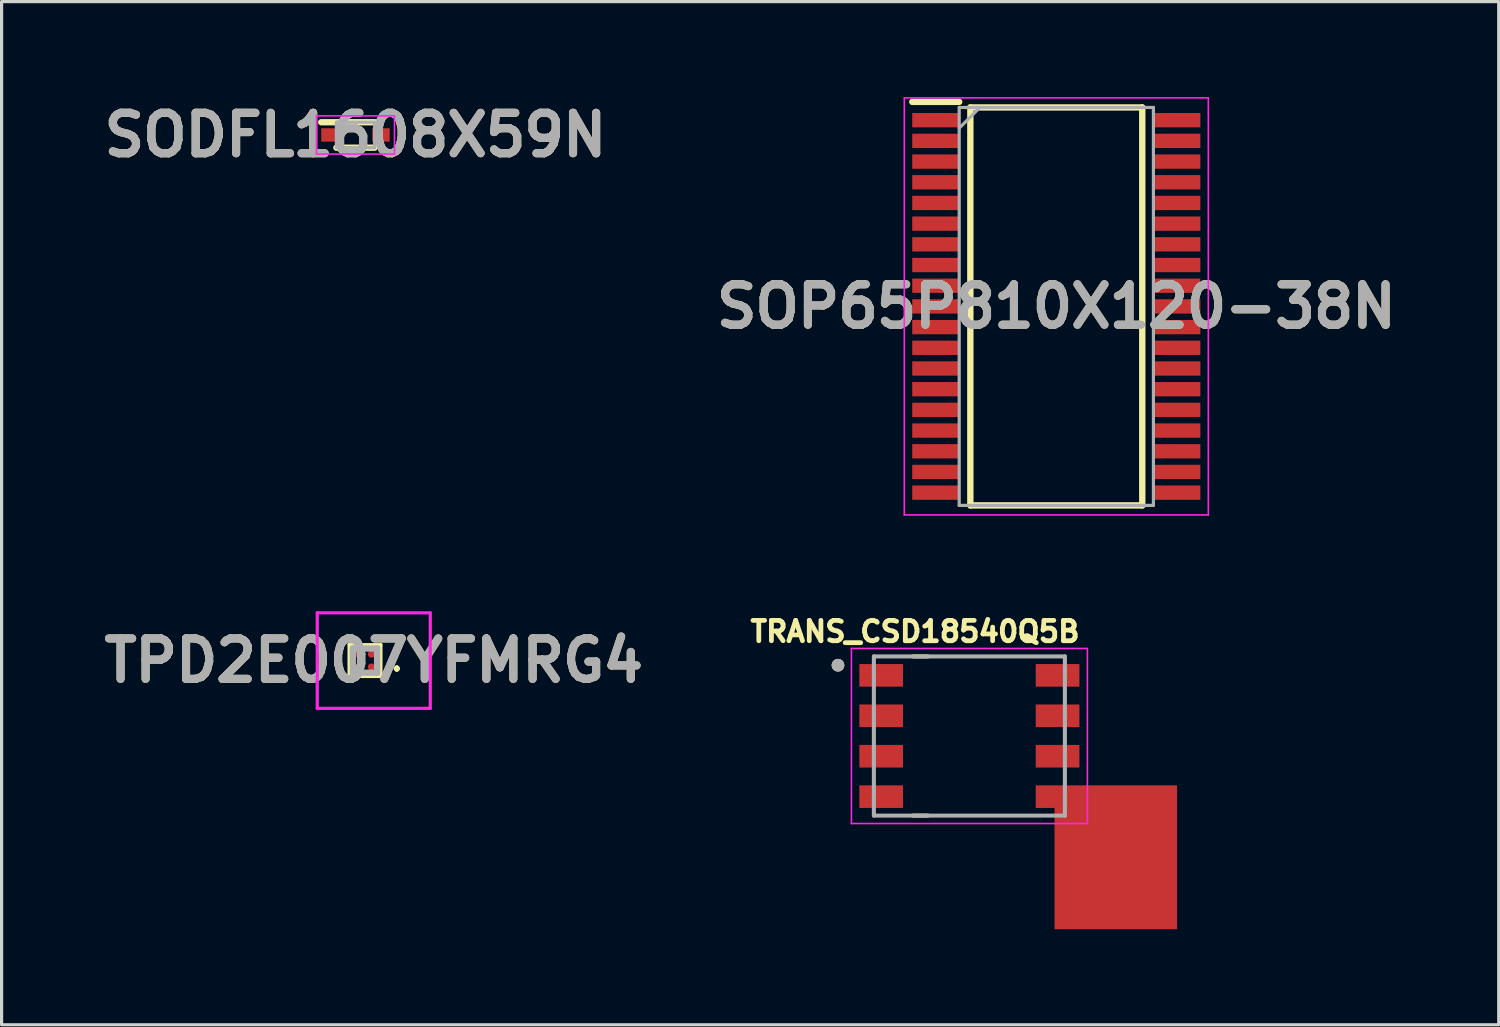
<source format=kicad_pcb>
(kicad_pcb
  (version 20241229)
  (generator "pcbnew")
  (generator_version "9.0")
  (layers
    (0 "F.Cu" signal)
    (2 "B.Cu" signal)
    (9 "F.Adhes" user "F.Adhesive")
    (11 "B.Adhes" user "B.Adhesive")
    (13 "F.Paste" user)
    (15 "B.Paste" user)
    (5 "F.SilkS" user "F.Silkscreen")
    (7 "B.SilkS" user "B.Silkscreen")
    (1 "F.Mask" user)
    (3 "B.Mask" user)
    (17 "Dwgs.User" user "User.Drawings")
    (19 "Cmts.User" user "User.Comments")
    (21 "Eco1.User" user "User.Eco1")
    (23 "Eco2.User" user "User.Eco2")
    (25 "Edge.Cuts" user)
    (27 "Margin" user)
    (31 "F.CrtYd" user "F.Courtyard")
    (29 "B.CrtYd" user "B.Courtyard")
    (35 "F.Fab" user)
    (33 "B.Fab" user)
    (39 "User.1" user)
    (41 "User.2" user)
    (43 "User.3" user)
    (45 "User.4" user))
  (footprint "SOP65P810X120-38N"
    (layer "F.Cu")
    (at 30.13 6.575)
    (property "Reference" "SOP65P810X120-38N" (at 0 0 0) (layer "F.SilkS") (effects (font (size 1.27 1.27) (thickness 0.254))))
    (attr smd)
    (fp_line (start -4.525 -6.425) (end -3.05 -6.425) (stroke (width 0.2) (type solid)) (layer "F.SilkS"))
    (fp_line (start -2.7 -6.25) (end 2.7 -6.25) (stroke (width 0.2) (type solid)) (layer "F.SilkS"))
    (fp_line (start -2.7 6.25) (end -2.7 -6.25) (stroke (width 0.2) (type solid)) (layer "F.SilkS"))
    (fp_line (start 2.7 -6.25) (end 2.7 6.25) (stroke (width 0.2) (type solid)) (layer "F.SilkS"))
    (fp_line (start 2.7 6.25) (end -2.7 6.25) (stroke (width 0.2) (type solid)) (layer "F.SilkS"))
    (fp_line (start -4.775 -6.55) (end 4.775 -6.55) (stroke (width 0.05) (type solid)) (layer "F.CrtYd"))
    (fp_line (start -4.775 6.55) (end -4.775 -6.55) (stroke (width 0.05) (type solid)) (layer "F.CrtYd"))
    (fp_line (start 4.775 -6.55) (end 4.775 6.55) (stroke (width 0.05) (type solid)) (layer "F.CrtYd"))
    (fp_line (start 4.775 6.55) (end -4.775 6.55) (stroke (width 0.05) (type solid)) (layer "F.CrtYd"))
    (fp_line (start -3.05 -6.25) (end 3.05 -6.25) (stroke (width 0.1) (type solid)) (layer "F.Fab"))
    (fp_line (start -3.05 -5.6) (end -2.4 -6.25) (stroke (width 0.1) (type solid)) (layer "F.Fab"))
    (fp_line (start -3.05 6.25) (end -3.05 -6.25) (stroke (width 0.1) (type solid)) (layer "F.Fab"))
    (fp_line (start 3.05 -6.25) (end 3.05 6.25) (stroke (width 0.1) (type solid)) (layer "F.Fab"))
    (fp_line (start 3.05 6.25) (end -3.05 6.25) (stroke (width 0.1) (type solid)) (layer "F.Fab"))
    (fp_text user "${REFERENCE}" (at 0 0 0) (layer "F.Fab") (effects (font (size 1.27 1.27) (thickness 0.254))))
    (pad "1" smd rect (at -3.788 -5.85 90) (size 0.45 1.475) (layers "F.Cu" "F.Mask" "F.Paste"))
    (pad "2" smd rect (at -3.788 -5.2 90) (size 0.45 1.475) (layers "F.Cu" "F.Mask" "F.Paste"))
    (pad "3" smd rect (at -3.788 -4.55 90) (size 0.45 1.475) (layers "F.Cu" "F.Mask" "F.Paste"))
    (pad "4" smd rect (at -3.788 -3.9 90) (size 0.45 1.475) (layers "F.Cu" "F.Mask" "F.Paste"))
    (pad "5" smd rect (at -3.788 -3.25 90) (size 0.45 1.475) (layers "F.Cu" "F.Mask" "F.Paste"))
    (pad "6" smd rect (at -3.788 -2.6 90) (size 0.45 1.475) (layers "F.Cu" "F.Mask" "F.Paste"))
    (pad "7" smd rect (at -3.788 -1.95 90) (size 0.45 1.475) (layers "F.Cu" "F.Mask" "F.Paste"))
    (pad "8" smd rect (at -3.788 -1.3 90) (size 0.45 1.475) (layers "F.Cu" "F.Mask" "F.Paste"))
    (pad "9" smd rect (at -3.788 -0.65 90) (size 0.45 1.475) (layers "F.Cu" "F.Mask" "F.Paste"))
    (pad "10" smd rect (at -3.788 0 90) (size 0.45 1.475) (layers "F.Cu" "F.Mask" "F.Paste"))
    (pad "11" smd rect (at -3.788 0.65 90) (size 0.45 1.475) (layers "F.Cu" "F.Mask" "F.Paste"))
    (pad "12" smd rect (at -3.788 1.3 90) (size 0.45 1.475) (layers "F.Cu" "F.Mask" "F.Paste"))
    (pad "13" smd rect (at -3.788 1.95 90) (size 0.45 1.475) (layers "F.Cu" "F.Mask" "F.Paste"))
    (pad "14" smd rect (at -3.788 2.6 90) (size 0.45 1.475) (layers "F.Cu" "F.Mask" "F.Paste"))
    (pad "15" smd rect (at -3.788 3.25 90) (size 0.45 1.475) (layers "F.Cu" "F.Mask" "F.Paste"))
    (pad "16" smd rect (at -3.788 3.9 90) (size 0.45 1.475) (layers "F.Cu" "F.Mask" "F.Paste"))
    (pad "17" smd rect (at -3.788 4.55 90) (size 0.45 1.475) (layers "F.Cu" "F.Mask" "F.Paste"))
    (pad "18" smd rect (at -3.788 5.2 90) (size 0.45 1.475) (layers "F.Cu" "F.Mask" "F.Paste"))
    (pad "19" smd rect (at -3.788 5.85 90) (size 0.45 1.475) (layers "F.Cu" "F.Mask" "F.Paste"))
    (pad "20" smd rect (at 3.788 5.85 90) (size 0.45 1.475) (layers "F.Cu" "F.Mask" "F.Paste"))
    (pad "21" smd rect (at 3.788 5.2 90) (size 0.45 1.475) (layers "F.Cu" "F.Mask" "F.Paste"))
    (pad "22" smd rect (at 3.788 4.55 90) (size 0.45 1.475) (layers "F.Cu" "F.Mask" "F.Paste"))
    (pad "23" smd rect (at 3.788 3.9 90) (size 0.45 1.475) (layers "F.Cu" "F.Mask" "F.Paste"))
    (pad "24" smd rect (at 3.788 3.25 90) (size 0.45 1.475) (layers "F.Cu" "F.Mask" "F.Paste"))
    (pad "25" smd rect (at 3.788 2.6 90) (size 0.45 1.475) (layers "F.Cu" "F.Mask" "F.Paste"))
    (pad "26" smd rect (at 3.788 1.95 90) (size 0.45 1.475) (layers "F.Cu" "F.Mask" "F.Paste"))
    (pad "27" smd rect (at 3.788 1.3 90) (size 0.45 1.475) (layers "F.Cu" "F.Mask" "F.Paste"))
    (pad "28" smd rect (at 3.788 0.65 90) (size 0.45 1.475) (layers "F.Cu" "F.Mask" "F.Paste"))
    (pad "29" smd rect (at 3.788 0 90) (size 0.45 1.475) (layers "F.Cu" "F.Mask" "F.Paste"))
    (pad "30" smd rect (at 3.788 -0.65 90) (size 0.45 1.475) (layers "F.Cu" "F.Mask" "F.Paste"))
    (pad "31" smd rect (at 3.788 -1.3 90) (size 0.45 1.475) (layers "F.Cu" "F.Mask" "F.Paste"))
    (pad "32" smd rect (at 3.788 -1.95 90) (size 0.45 1.475) (layers "F.Cu" "F.Mask" "F.Paste"))
    (pad "33" smd rect (at 3.788 -2.6 90) (size 0.45 1.475) (layers "F.Cu" "F.Mask" "F.Paste"))
    (pad "34" smd rect (at 3.788 -3.25 90) (size 0.45 1.475) (layers "F.Cu" "F.Mask" "F.Paste"))
    (pad "35" smd rect (at 3.788 -3.9 90) (size 0.45 1.475) (layers "F.Cu" "F.Mask" "F.Paste"))
    (pad "36" smd rect (at 3.788 -4.55 90) (size 0.45 1.475) (layers "F.Cu" "F.Mask" "F.Paste"))
    (pad "37" smd rect (at 3.788 -5.2 90) (size 0.45 1.475) (layers "F.Cu" "F.Mask" "F.Paste"))
    (pad "38" smd rect (at 3.788 -5.85 90) (size 0.45 1.475) (layers "F.Cu" "F.Mask" "F.Paste")))
  (footprint "SODFL1608X59N"
    (layer "F.Cu")
    (at 8.116 1.189)
    (property "Reference" "SODFL1608X59N" (at 0 0 0) (layer "F.SilkS") (effects (font (size 1.27 1.27) (thickness 0.254))))
    (attr smd)
    (fp_line (start -1.075 -0.4) (end 0.6 -0.4) (stroke (width 0.2) (type solid)) (layer "F.SilkS"))
    (fp_line (start -0.6 0.4) (end 0.6 0.4) (stroke (width 0.2) (type solid)) (layer "F.SilkS"))
    (fp_line (start -1.225 -0.6) (end 1.225 -0.6) (stroke (width 0.05) (type solid)) (layer "F.CrtYd"))
    (fp_line (start -1.225 0.6) (end -1.225 -0.6) (stroke (width 0.05) (type solid)) (layer "F.CrtYd"))
    (fp_line (start 1.225 -0.6) (end 1.225 0.6) (stroke (width 0.05) (type solid)) (layer "F.CrtYd"))
    (fp_line (start 1.225 0.6) (end -1.225 0.6) (stroke (width 0.05) (type solid)) (layer "F.CrtYd"))
    (fp_line (start -0.6 -0.4) (end 0.6 -0.4) (stroke (width 0.1) (type solid)) (layer "F.Fab"))
    (fp_line (start -0.6 -0.125) (end -0.325 -0.4) (stroke (width 0.1) (type solid)) (layer "F.Fab"))
    (fp_line (start -0.6 0.4) (end -0.6 -0.4) (stroke (width 0.1) (type solid)) (layer "F.Fab"))
    (fp_line (start 0.6 -0.4) (end 0.6 0.4) (stroke (width 0.1) (type solid)) (layer "F.Fab"))
    (fp_line (start 0.6 0.4) (end -0.6 0.4) (stroke (width 0.1) (type solid)) (layer "F.Fab"))
    (fp_text user "${REFERENCE}" (at 0 0 0) (layer "F.Fab") (effects (font (size 1.27 1.27) (thickness 0.254))))
    (pad "1" smd rect (at -0.8 0 90) (size 0.42 0.55) (layers "F.Cu" "F.Mask" "F.Paste"))
    (pad "2" smd rect (at 0.8 0 90) (size 0.42 0.55) (layers "F.Cu" "F.Mask" "F.Paste")))
  (footprint "TPD2E007YFMRG4"
    (layer "F.Cu")
    (at 8.415 17.7)
    (property "Reference" "TPD2E007YFMRG4" (at 0.275 0 0) (layer "F.SilkS") (effects (font (size 1.27 1.27) (thickness 0.254))))
    (attr smd)
    (fp_line (start -0.5 -0.5) (end 0.5 -0.5) (stroke (width 0.1) (type solid)) (layer "F.SilkS"))
    (fp_line (start -0.5 0.5) (end -0.5 -0.5) (stroke (width 0.1) (type solid)) (layer "F.SilkS"))
    (fp_line (start 0.5 -0.5) (end 0.5 0.5) (stroke (width 0.1) (type solid)) (layer "F.SilkS"))
    (fp_line (start 0.5 0.5) (end -0.5 0.5) (stroke (width 0.1) (type solid)) (layer "F.SilkS"))
    (fp_line (start 1 0.2) (end 1 0.2) (stroke (width 0.1) (type solid)) (layer "F.SilkS"))
    (fp_line (start 1 0.3) (end 1 0.3) (stroke (width 0.1) (type solid)) (layer "F.SilkS"))
    (fp_arc (start 1 0.2) (mid 1.05 0.25) (end 1 0.3) (stroke (width 0.1) (type solid)) (layer "F.SilkS"))
    (fp_arc (start 1 0.3) (mid 0.95 0.25) (end 1 0.2) (stroke (width 0.1) (type solid)) (layer "F.SilkS"))
    (fp_line (start -1.5 -1.5) (end 2.05 -1.5) (stroke (width 0.1) (type solid)) (layer "F.CrtYd"))
    (fp_line (start -1.5 1.5) (end -1.5 -1.5) (stroke (width 0.1) (type solid)) (layer "F.CrtYd"))
    (fp_line (start 2.05 -1.5) (end 2.05 1.5) (stroke (width 0.1) (type solid)) (layer "F.CrtYd"))
    (fp_line (start 2.05 1.5) (end -1.5 1.5) (stroke (width 0.1) (type solid)) (layer "F.CrtYd"))
    (fp_line (start -0.38 -0.38) (end 0.38 -0.38) (stroke (width 0.2) (type solid)) (layer "F.Fab"))
    (fp_line (start -0.38 0.38) (end -0.38 -0.38) (stroke (width 0.2) (type solid)) (layer "F.Fab"))
    (fp_line (start 0.38 -0.38) (end 0.38 0.38) (stroke (width 0.2) (type solid)) (layer "F.Fab"))
    (fp_line (start 0.38 0.38) (end -0.38 0.38) (stroke (width 0.2) (type solid)) (layer "F.Fab"))
    (fp_text user "${REFERENCE}" (at 0.275 0 0) (layer "F.Fab") (effects (font (size 1.27 1.27) (thickness 0.254))))
    (pad "A1" smd circle (at 0.2 0.2 90) (size 0.22 0.22) (layers "F.Cu" "F.Mask" "F.Paste"))
    (pad "A2" smd circle (at -0.2 0.2 90) (size 0.22 0.22) (layers "F.Cu" "F.Mask" "F.Paste"))
    (pad "B1" smd circle (at 0.2 -0.2 90) (size 0.22 0.22) (layers "F.Cu" "F.Mask" "F.Paste"))
    (pad "B2" smd circle (at -0.2 -0.2 90) (size 0.22 0.22) (layers "F.Cu" "F.Mask" "F.Paste")))
  (footprint "TRANS_CSD18540Q5B"
    (layer "F.Cu")
    (at 27.4 20.069)
    (property "Reference" "TRANS_CSD18540Q5B" (at -1.708 -3.281 0) (layer "F.SilkS") (effects (font (size 0.64 0.64) (thickness 0.15))))
    (attr through_hole)
    (fp_poly (pts (xy -1.084 2.36) (xy -1.084 -2.36) (xy 3.556 -2.36) (xy 3.556 -1.45) (xy 2.966 -1.45) (xy 2.966 -1.09) (xy 3.556 -1.09) (xy 3.556 -0.18) (xy 2.966 -0.18) (xy 2.966 0.18) (xy 3.556 0.18) (xy 3.556 1.09) (xy 2.966 1.09) (xy 2.966 1.45) (xy 3.566 1.45) (xy 3.566 2.36)) (stroke (width 0.0001) (type solid)) (fill yes) (layer "F.Mask"))
    (fp_line (start -1.764 2.5) (end -1.304 2.5) (stroke (width 0.127) (type solid)) (layer "F.SilkS"))
    (fp_line (start -1.304 -2.5) (end -1.764 -2.5) (stroke (width 0.127) (type solid)) (layer "F.SilkS"))
    (fp_circle (center -4.128 -2.223) (end -4.027 -2.223) (stroke (width 0.2) (type solid)) (fill no) (layer "F.SilkS"))
    (fp_poly (pts (xy -3.293 -2.186) (xy -2.221 -2.186) (xy -2.221 -1.624) (xy -3.293 -1.624)) (stroke (width 0.01) (type solid)) (fill yes) (layer "F.Paste"))
    (fp_poly (pts (xy -3.293 -0.916) (xy -2.221 -0.916) (xy -2.221 -0.354) (xy -3.293 -0.354)) (stroke (width 0.01) (type solid)) (fill yes) (layer "F.Paste"))
    (fp_poly (pts (xy -3.293 0.354) (xy -2.221 0.354) (xy -2.221 0.916) (xy -3.293 0.916)) (stroke (width 0.01) (type solid)) (fill yes) (layer "F.Paste"))
    (fp_poly (pts (xy -3.293 1.624) (xy -2.221 1.624) (xy -2.221 2.186) (xy -3.293 2.186)) (stroke (width 0.01) (type solid)) (fill yes) (layer "F.Paste"))
    (fp_poly (pts (xy -0.697 -1.942) (xy 0.597 -1.942) (xy 0.597 -1.196) (xy -0.697 -1.196)) (stroke (width 0.01) (type solid)) (fill yes) (layer "F.Paste"))
    (fp_poly (pts (xy -0.697 -0.896) (xy 0.597 -0.896) (xy 0.597 -0.15) (xy -0.697 -0.15)) (stroke (width 0.01) (type solid)) (fill yes) (layer "F.Paste"))
    (fp_poly (pts (xy -0.697 0.15) (xy 0.597 0.15) (xy 0.597 0.896) (xy -0.697 0.896)) (stroke (width 0.01) (type solid)) (fill yes) (layer "F.Paste"))
    (fp_poly (pts (xy -0.697 1.196) (xy 0.597 1.196) (xy 0.597 1.942) (xy -0.697 1.942)) (stroke (width 0.01) (type solid)) (fill yes) (layer "F.Paste"))
    (fp_poly (pts (xy 0.947 -1.942) (xy 2.241 -1.942) (xy 2.241 -1.196) (xy 0.947 -1.196)) (stroke (width 0.01) (type solid)) (fill yes) (layer "F.Paste"))
    (fp_poly (pts (xy 0.947 -0.896) (xy 2.241 -0.896) (xy 2.241 -0.15) (xy 0.947 -0.15)) (stroke (width 0.01) (type solid)) (fill yes) (layer "F.Paste"))
    (fp_poly (pts (xy 0.947 0.15) (xy 2.241 0.15) (xy 2.241 0.896) (xy 0.947 0.896)) (stroke (width 0.01) (type solid)) (fill yes) (layer "F.Paste"))
    (fp_poly (pts (xy 0.947 1.196) (xy 2.241 1.196) (xy 2.241 1.942) (xy 0.947 1.942)) (stroke (width 0.01) (type solid)) (fill yes) (layer "F.Paste"))
    (fp_poly (pts (xy 2.527 -2.159) (xy 3.293 -2.159) (xy 3.293 -1.651) (xy 2.527 -1.651)) (stroke (width 0.01) (type solid)) (fill yes) (layer "F.Paste"))
    (fp_poly (pts (xy 2.527 -0.889) (xy 3.293 -0.889) (xy 3.293 -0.381) (xy 2.527 -0.381)) (stroke (width 0.01) (type solid)) (fill yes) (layer "F.Paste"))
    (fp_poly (pts (xy 2.527 0.381) (xy 3.293 0.381) (xy 3.293 0.889) (xy 2.527 0.889)) (stroke (width 0.01) (type solid)) (fill yes) (layer "F.Paste"))
    (fp_poly (pts (xy 2.527 1.651) (xy 3.293 1.651) (xy 3.293 2.159) (xy 2.527 2.159)) (stroke (width 0.01) (type solid)) (fill yes) (layer "F.Paste"))
    (fp_line (start -3.706 -2.75) (end 3.706 -2.75) (stroke (width 0.05) (type solid)) (layer "F.CrtYd"))
    (fp_line (start -3.706 2.75) (end -3.706 -2.75) (stroke (width 0.05) (type solid)) (layer "F.CrtYd"))
    (fp_line (start 3.706 -2.75) (end 3.706 2.75) (stroke (width 0.05) (type solid)) (layer "F.CrtYd"))
    (fp_line (start 3.706 2.75) (end -3.706 2.75) (stroke (width 0.05) (type solid)) (layer "F.CrtYd"))
    (fp_line (start -3 -2.5) (end -3 2.5) (stroke (width 0.127) (type solid)) (layer "F.Fab"))
    (fp_line (start -3 2.5) (end 3 2.5) (stroke (width 0.127) (type solid)) (layer "F.Fab"))
    (fp_line (start 3 -2.5) (end -3 -2.5) (stroke (width 0.127) (type solid)) (layer "F.Fab"))
    (fp_line (start 3 2.5) (end 3 -2.5) (stroke (width 0.127) (type solid)) (layer "F.Fab"))
    (fp_circle (center -4.128 -2.223) (end -4.027 -2.223) (stroke (width 0.2) (type solid)) (fill no) (layer "F.Fab"))
    (pad "1" smd rect (at -2.77 -1.905) (size 1.372 0.71) (layers "F.Cu" "F.Mask"))
    (pad "2" smd rect (at -2.77 -0.635) (size 1.372 0.71) (layers "F.Cu" "F.Mask"))
    (pad "3" smd rect (at -2.77 0.635) (size 1.372 0.71) (layers "F.Cu" "F.Mask"))
    (pad "4" smd rect (at -2.77 1.905) (size 1.372 0.71) (layers "F.Cu" "F.Mask"))
    (pad "5" smd custom (at 2.77 1.905 180) (size 1.372 0.71) (layers "F.Cu") (options (anchor rect)) (primitives (gr_poly (pts (xy -3.754 0.355) (xy -3.754 -4.165) (xy 0.096 -4.165) (xy 0.096 0.355)) (width 0.0001) (fill yes))))
    (pad "6" smd rect (at 2.77 0.635 180) (size 1.372 0.71) (layers "F.Cu"))
    (pad "7" smd rect (at 2.77 -0.635 180) (size 1.372 0.71) (layers "F.Cu"))
    (pad "8" smd rect (at 2.77 -1.905 180) (size 1.372 0.71) (layers "F.Cu")))
  (gr_rect
    (start -3 -3)
    (end 44.027 29.139)
    (stroke (width 0.1) (type default))
    (fill no)
    (layer "Edge.Cuts")))
</source>
